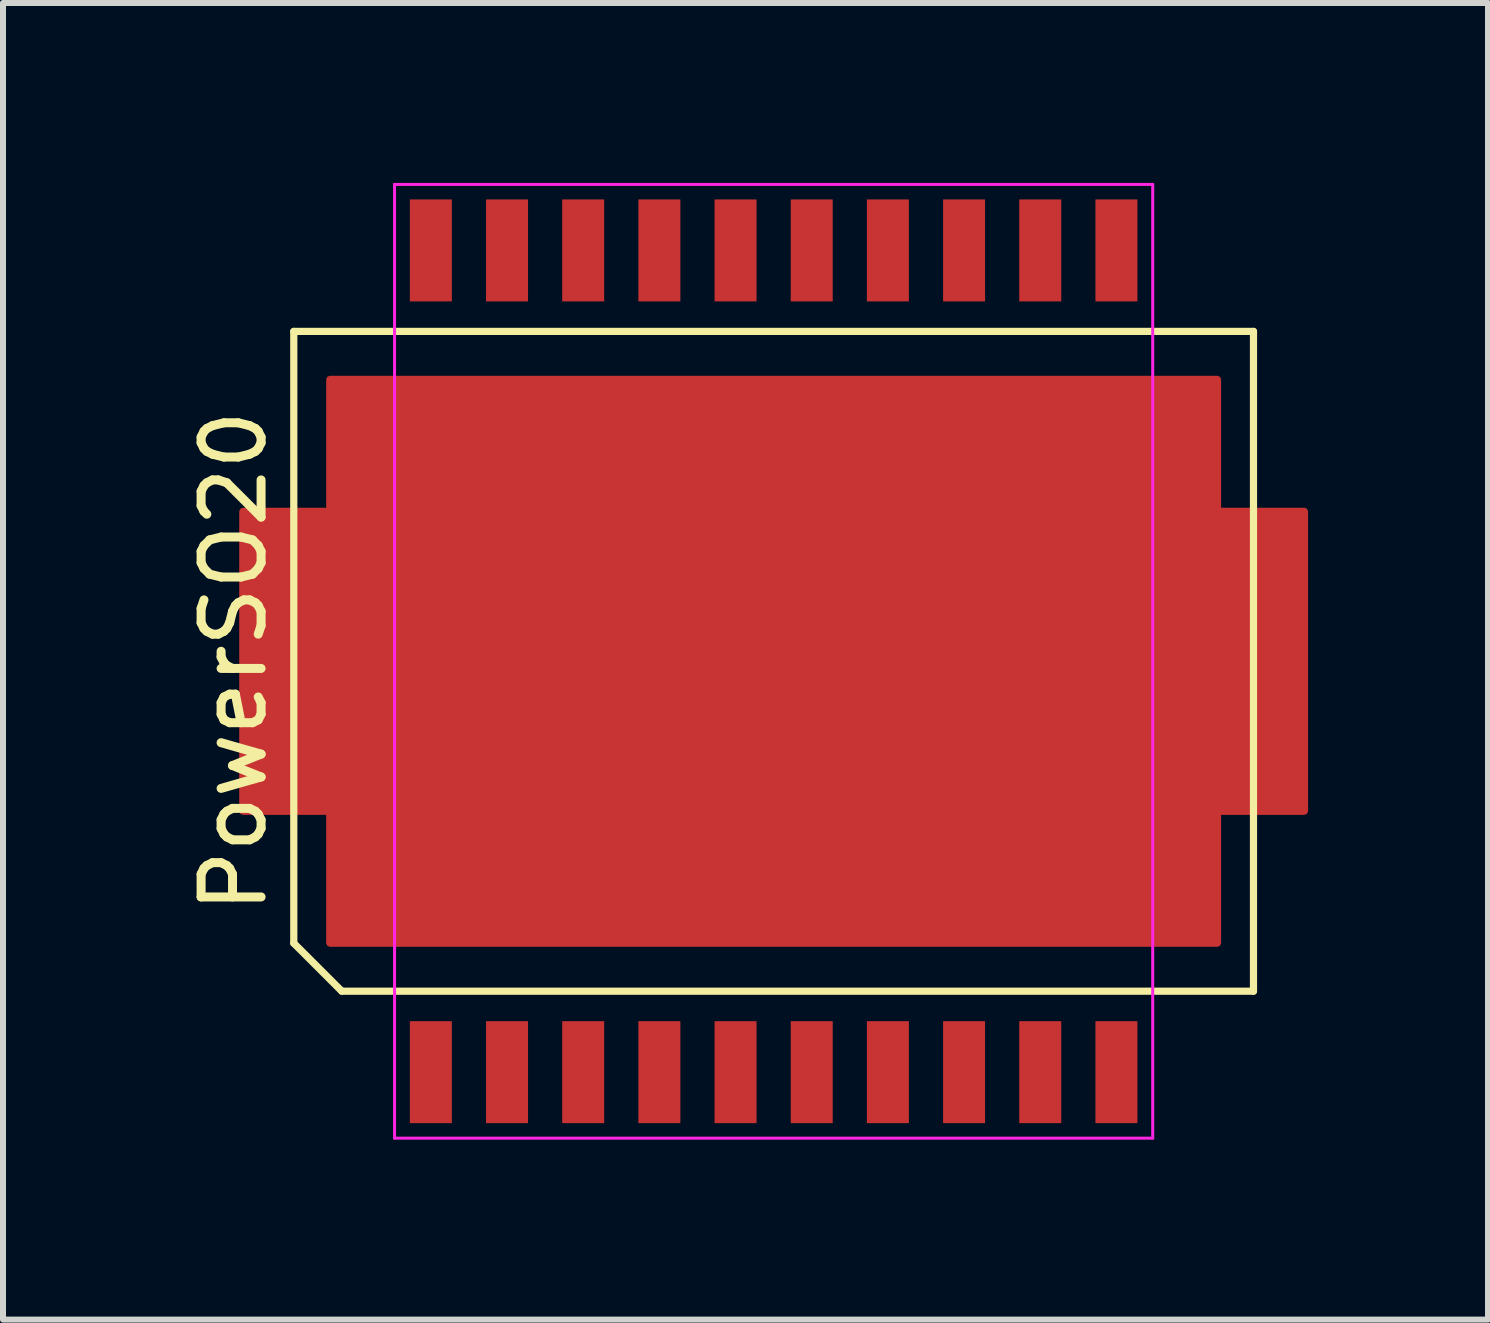
<source format=kicad_pcb>
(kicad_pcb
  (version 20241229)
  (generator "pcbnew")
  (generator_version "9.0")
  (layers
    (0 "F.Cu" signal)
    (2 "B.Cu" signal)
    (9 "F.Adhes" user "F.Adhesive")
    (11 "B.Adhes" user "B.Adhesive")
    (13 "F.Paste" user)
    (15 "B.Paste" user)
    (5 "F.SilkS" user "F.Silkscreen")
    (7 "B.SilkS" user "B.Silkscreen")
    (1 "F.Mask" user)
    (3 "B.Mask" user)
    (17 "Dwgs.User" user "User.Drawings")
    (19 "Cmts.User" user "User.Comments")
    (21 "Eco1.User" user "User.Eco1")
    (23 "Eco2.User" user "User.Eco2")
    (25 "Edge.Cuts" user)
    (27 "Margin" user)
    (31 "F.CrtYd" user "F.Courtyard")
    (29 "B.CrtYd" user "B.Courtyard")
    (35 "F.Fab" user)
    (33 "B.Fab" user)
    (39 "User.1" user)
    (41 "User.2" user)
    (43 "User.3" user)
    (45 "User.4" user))
  (footprint "PowerSO20"
    (layer "F.Cu")
    (at 9.848 7.975)
    (property "Reference" "PowerSO20" (at -9 0 90) (layer "F.SilkS") (effects (font (size 1 1) (thickness 0.15))))
    (attr smd)
    (fp_line (start -8 -5.5) (end 8 -5.5) (stroke (width 0.12) (type solid)) (layer "F.SilkS"))
    (fp_line (start -8 4.7) (end -8 -5.5) (stroke (width 0.12) (type solid)) (layer "F.SilkS"))
    (fp_line (start -7.2 5.5) (end -8 4.7) (stroke (width 0.12) (type solid)) (layer "F.SilkS"))
    (fp_line (start 8 -5.5) (end 8 5.5) (stroke (width 0.12) (type solid)) (layer "F.SilkS"))
    (fp_line (start 8 5.5) (end -7.2 5.5) (stroke (width 0.12) (type solid)) (layer "F.SilkS"))
    (fp_line (start -6.32 -7.95) (end 6.32 -7.95) (stroke (width 0.05) (type solid)) (layer "F.CrtYd"))
    (fp_line (start -6.32 7.95) (end -6.32 -7.95) (stroke (width 0.05) (type solid)) (layer "F.CrtYd"))
    (fp_line (start 6.32 -7.95) (end 6.32 7.95) (stroke (width 0.05) (type solid)) (layer "F.CrtYd"))
    (fp_line (start 6.32 7.95) (end -6.32 7.95) (stroke (width 0.05) (type solid)) (layer "F.CrtYd"))
    (pad "1" smd rect (at -5.715 6.85) (size 0.7 1.7) (layers "F.Cu" "F.Mask" "F.Paste"))
    (pad "2" smd rect (at -4.445 6.85) (size 0.7 1.7) (layers "F.Cu" "F.Mask" "F.Paste"))
    (pad "3" smd rect (at -3.175 6.85) (size 0.7 1.7) (layers "F.Cu" "F.Mask" "F.Paste"))
    (pad "4" smd rect (at -1.905 6.85) (size 0.7 1.7) (layers "F.Cu" "F.Mask" "F.Paste"))
    (pad "5" smd rect (at -0.635 6.85) (size 0.7 1.7) (layers "F.Cu" "F.Mask" "F.Paste"))
    (pad "6" smd rect (at 0.635 6.85) (size 0.7 1.7) (layers "F.Cu" "F.Mask" "F.Paste"))
    (pad "7" smd rect (at 1.905 6.85) (size 0.7 1.7) (layers "F.Cu" "F.Mask" "F.Paste"))
    (pad "8" smd rect (at 3.175 6.85) (size 0.7 1.7) (layers "F.Cu" "F.Mask" "F.Paste"))
    (pad "9" smd rect (at 4.445 6.85) (size 0.7 1.7) (layers "F.Cu" "F.Mask" "F.Paste"))
    (pad "10" smd rect (at 5.715 6.85) (size 0.7 1.7) (layers "F.Cu" "F.Mask" "F.Paste"))
    (pad "11" smd rect (at 5.715 -6.85) (size 0.7 1.7) (layers "F.Cu" "F.Mask" "F.Paste"))
    (pad "12" smd rect (at 4.445 -6.85) (size 0.7 1.7) (layers "F.Cu" "F.Mask" "F.Paste"))
    (pad "13" smd rect (at 3.175 -6.85) (size 0.7 1.7) (layers "F.Cu" "F.Mask" "F.Paste"))
    (pad "14" smd rect (at 1.905 -6.85) (size 0.7 1.7) (layers "F.Cu" "F.Mask" "F.Paste"))
    (pad "15" smd rect (at 0.635 -6.85) (size 0.7 1.7) (layers "F.Cu" "F.Mask" "F.Paste"))
    (pad "16" smd rect (at -0.635 -6.85) (size 0.7 1.7) (layers "F.Cu" "F.Mask" "F.Paste"))
    (pad "17" smd rect (at -1.905 -6.85) (size 0.7 1.7) (layers "F.Cu" "F.Mask" "F.Paste"))
    (pad "18" smd rect (at -3.175 -6.85) (size 0.7 1.7) (layers "F.Cu" "F.Mask" "F.Paste"))
    (pad "19" smd rect (at -4.445 -6.85) (size 0.7 1.7) (layers "F.Cu" "F.Mask" "F.Paste"))
    (pad "20" smd rect (at -5.715 -6.85) (size 0.7 1.7) (layers "F.Cu" "F.Mask" "F.Paste"))
    (pad "21" smd custom (at 0 0) (size 1.524 1.524) (layers "F.Cu" "F.Mask" "F.Paste") (options (anchor rect)) (primitives (gr_poly (pts (xy 7.4 4.7) (xy 7.4 2.5) (xy 8.85 2.5) (xy 8.85 -2.5) (xy 7.4 -2.5) (xy 7.4 -4.7) (xy -7.4 -4.7) (xy -7.4 -2.5) (xy -8.85 -2.5) (xy -8.85 2.5) (xy -7.4 2.5) (xy -7.4 4.7)) (width 0.12) (fill yes)))))
  (gr_rect
    (start -3 -3)
    (end 21.758 18.95)
    (stroke (width 0.1) (type default))
    (fill no)
    (layer "Edge.Cuts")))
</source>
